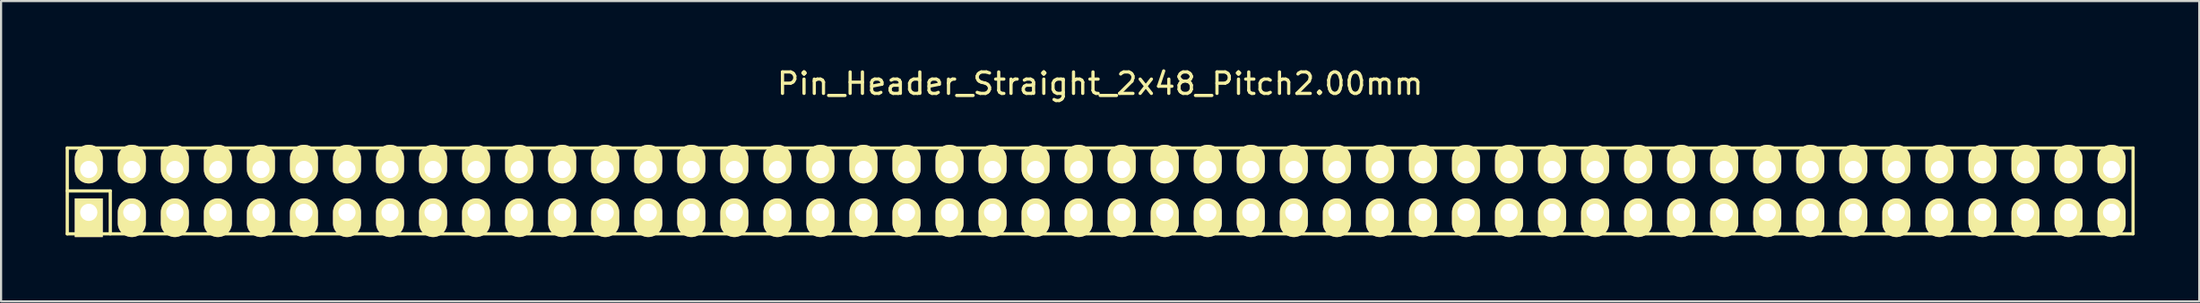
<source format=kicad_pcb>
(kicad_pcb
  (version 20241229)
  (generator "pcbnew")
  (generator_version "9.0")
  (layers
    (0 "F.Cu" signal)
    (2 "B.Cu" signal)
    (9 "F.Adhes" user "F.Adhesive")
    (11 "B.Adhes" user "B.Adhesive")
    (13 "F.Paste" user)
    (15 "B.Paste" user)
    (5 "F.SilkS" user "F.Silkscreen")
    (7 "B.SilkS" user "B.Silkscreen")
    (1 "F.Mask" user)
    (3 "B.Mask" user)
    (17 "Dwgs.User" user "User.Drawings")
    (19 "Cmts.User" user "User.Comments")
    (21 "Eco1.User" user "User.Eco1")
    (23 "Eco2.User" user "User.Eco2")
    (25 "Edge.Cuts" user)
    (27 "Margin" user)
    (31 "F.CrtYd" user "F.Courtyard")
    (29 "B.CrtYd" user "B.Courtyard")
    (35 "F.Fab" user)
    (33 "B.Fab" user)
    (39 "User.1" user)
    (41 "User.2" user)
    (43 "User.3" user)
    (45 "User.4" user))
  (footprint "Pin_Header_Straight_2x48_Pitch2.00mm"
    (layer "F.Cu")
    (at 48.075 5.848)
    (property "Reference" "Pin_Header_Straight_2x48_Pitch2.00mm" (at 0 -5 0) (layer "F.SilkS") (effects (font (size 1 1) (thickness 0.15))))
    (attr through_hole)
    (fp_line (start -48 -2) (end 48 -2) (stroke (width 0.15) (type solid)) (layer "F.SilkS"))
    (fp_line (start -48 0) (end -46 0) (stroke (width 0.15) (type solid)) (layer "F.SilkS"))
    (fp_line (start -48 2) (end -48 -2) (stroke (width 0.15) (type solid)) (layer "F.SilkS"))
    (fp_line (start -46 0) (end -46 2) (stroke (width 0.15) (type solid)) (layer "F.SilkS"))
    (fp_line (start 48 -2) (end 48 2) (stroke (width 0.15) (type solid)) (layer "F.SilkS"))
    (fp_line (start 48 2) (end -48 2) (stroke (width 0.15) (type solid)) (layer "F.SilkS"))
    (pad "1" thru_hole rect (at -47 1) (size 1.3 1.8) (drill 0.8 (offset 0 0.25)) (layers "*.Cu" "*.Mask" "F.SilkS"))
    (pad "2" thru_hole oval (at -47 -1) (size 1.3 1.8) (drill 0.8 (offset 0 -0.25)) (layers "*.Cu" "*.Mask" "F.SilkS"))
    (pad "3" thru_hole oval (at -45 1) (size 1.3 1.8) (drill 0.8 (offset 0 0.25)) (layers "*.Cu" "*.Mask" "F.SilkS"))
    (pad "4" thru_hole oval (at -45 -1) (size 1.3 1.8) (drill 0.8 (offset 0 -0.25)) (layers "*.Cu" "*.Mask" "F.SilkS"))
    (pad "5" thru_hole oval (at -43 1) (size 1.3 1.8) (drill 0.8 (offset 0 0.25)) (layers "*.Cu" "*.Mask" "F.SilkS"))
    (pad "6" thru_hole oval (at -43 -1) (size 1.3 1.8) (drill 0.8 (offset 0 -0.25)) (layers "*.Cu" "*.Mask" "F.SilkS"))
    (pad "7" thru_hole oval (at -41 1) (size 1.3 1.8) (drill 0.8 (offset 0 0.25)) (layers "*.Cu" "*.Mask" "F.SilkS"))
    (pad "8" thru_hole oval (at -41 -1) (size 1.3 1.8) (drill 0.8 (offset 0 -0.25)) (layers "*.Cu" "*.Mask" "F.SilkS"))
    (pad "9" thru_hole oval (at -39 1) (size 1.3 1.8) (drill 0.8 (offset 0 0.25)) (layers "*.Cu" "*.Mask" "F.SilkS"))
    (pad "10" thru_hole oval (at -39 -1) (size 1.3 1.8) (drill 0.8 (offset 0 -0.25)) (layers "*.Cu" "*.Mask" "F.SilkS"))
    (pad "11" thru_hole oval (at -37 1) (size 1.3 1.8) (drill 0.8 (offset 0 0.25)) (layers "*.Cu" "*.Mask" "F.SilkS"))
    (pad "12" thru_hole oval (at -37 -1) (size 1.3 1.8) (drill 0.8 (offset 0 -0.25)) (layers "*.Cu" "*.Mask" "F.SilkS"))
    (pad "13" thru_hole oval (at -35 1) (size 1.3 1.8) (drill 0.8 (offset 0 0.25)) (layers "*.Cu" "*.Mask" "F.SilkS"))
    (pad "14" thru_hole oval (at -35 -1) (size 1.3 1.8) (drill 0.8 (offset 0 -0.25)) (layers "*.Cu" "*.Mask" "F.SilkS"))
    (pad "15" thru_hole oval (at -33 1) (size 1.3 1.8) (drill 0.8 (offset 0 0.25)) (layers "*.Cu" "*.Mask" "F.SilkS"))
    (pad "16" thru_hole oval (at -33 -1) (size 1.3 1.8) (drill 0.8 (offset 0 -0.25)) (layers "*.Cu" "*.Mask" "F.SilkS"))
    (pad "17" thru_hole oval (at -31 1) (size 1.3 1.8) (drill 0.8 (offset 0 0.25)) (layers "*.Cu" "*.Mask" "F.SilkS"))
    (pad "18" thru_hole oval (at -31 -1) (size 1.3 1.8) (drill 0.8 (offset 0 -0.25)) (layers "*.Cu" "*.Mask" "F.SilkS"))
    (pad "19" thru_hole oval (at -29 1) (size 1.3 1.8) (drill 0.8 (offset 0 0.25)) (layers "*.Cu" "*.Mask" "F.SilkS"))
    (pad "20" thru_hole oval (at -29 -1) (size 1.3 1.8) (drill 0.8 (offset 0 -0.25)) (layers "*.Cu" "*.Mask" "F.SilkS"))
    (pad "21" thru_hole oval (at -27 1) (size 1.3 1.8) (drill 0.8 (offset 0 0.25)) (layers "*.Cu" "*.Mask" "F.SilkS"))
    (pad "22" thru_hole oval (at -27 -1) (size 1.3 1.8) (drill 0.8 (offset 0 -0.25)) (layers "*.Cu" "*.Mask" "F.SilkS"))
    (pad "23" thru_hole oval (at -25 1) (size 1.3 1.8) (drill 0.8 (offset 0 0.25)) (layers "*.Cu" "*.Mask" "F.SilkS"))
    (pad "24" thru_hole oval (at -25 -1) (size 1.3 1.8) (drill 0.8 (offset 0 -0.25)) (layers "*.Cu" "*.Mask" "F.SilkS"))
    (pad "25" thru_hole oval (at -23 1) (size 1.3 1.8) (drill 0.8 (offset 0 0.25)) (layers "*.Cu" "*.Mask" "F.SilkS"))
    (pad "26" thru_hole oval (at -23 -1) (size 1.3 1.8) (drill 0.8 (offset 0 -0.25)) (layers "*.Cu" "*.Mask" "F.SilkS"))
    (pad "27" thru_hole oval (at -21 1) (size 1.3 1.8) (drill 0.8 (offset 0 0.25)) (layers "*.Cu" "*.Mask" "F.SilkS"))
    (pad "28" thru_hole oval (at -21 -1) (size 1.3 1.8) (drill 0.8 (offset 0 -0.25)) (layers "*.Cu" "*.Mask" "F.SilkS"))
    (pad "29" thru_hole oval (at -19 1) (size 1.3 1.8) (drill 0.8 (offset 0 0.25)) (layers "*.Cu" "*.Mask" "F.SilkS"))
    (pad "30" thru_hole oval (at -19 -1) (size 1.3 1.8) (drill 0.8 (offset 0 -0.25)) (layers "*.Cu" "*.Mask" "F.SilkS"))
    (pad "31" thru_hole oval (at -17 1) (size 1.3 1.8) (drill 0.8 (offset 0 0.25)) (layers "*.Cu" "*.Mask" "F.SilkS"))
    (pad "32" thru_hole oval (at -17 -1) (size 1.3 1.8) (drill 0.8 (offset 0 -0.25)) (layers "*.Cu" "*.Mask" "F.SilkS"))
    (pad "33" thru_hole oval (at -15 1) (size 1.3 1.8) (drill 0.8 (offset 0 0.25)) (layers "*.Cu" "*.Mask" "F.SilkS"))
    (pad "34" thru_hole oval (at -15 -1) (size 1.3 1.8) (drill 0.8 (offset 0 -0.25)) (layers "*.Cu" "*.Mask" "F.SilkS"))
    (pad "35" thru_hole oval (at -13 1) (size 1.3 1.8) (drill 0.8 (offset 0 0.25)) (layers "*.Cu" "*.Mask" "F.SilkS"))
    (pad "36" thru_hole oval (at -13 -1) (size 1.3 1.8) (drill 0.8 (offset 0 -0.25)) (layers "*.Cu" "*.Mask" "F.SilkS"))
    (pad "37" thru_hole oval (at -11 1) (size 1.3 1.8) (drill 0.8 (offset 0 0.25)) (layers "*.Cu" "*.Mask" "F.SilkS"))
    (pad "38" thru_hole oval (at -11 -1) (size 1.3 1.8) (drill 0.8 (offset 0 -0.25)) (layers "*.Cu" "*.Mask" "F.SilkS"))
    (pad "39" thru_hole oval (at -9 1) (size 1.3 1.8) (drill 0.8 (offset 0 0.25)) (layers "*.Cu" "*.Mask" "F.SilkS"))
    (pad "40" thru_hole oval (at -9 -1) (size 1.3 1.8) (drill 0.8 (offset 0 -0.25)) (layers "*.Cu" "*.Mask" "F.SilkS"))
    (pad "41" thru_hole oval (at -7 1) (size 1.3 1.8) (drill 0.8 (offset 0 0.25)) (layers "*.Cu" "*.Mask" "F.SilkS"))
    (pad "42" thru_hole oval (at -7 -1) (size 1.3 1.8) (drill 0.8 (offset 0 -0.25)) (layers "*.Cu" "*.Mask" "F.SilkS"))
    (pad "43" thru_hole oval (at -5 1) (size 1.3 1.8) (drill 0.8 (offset 0 0.25)) (layers "*.Cu" "*.Mask" "F.SilkS"))
    (pad "44" thru_hole oval (at -5 -1) (size 1.3 1.8) (drill 0.8 (offset 0 -0.25)) (layers "*.Cu" "*.Mask" "F.SilkS"))
    (pad "45" thru_hole oval (at -3 1) (size 1.3 1.8) (drill 0.8 (offset 0 0.25)) (layers "*.Cu" "*.Mask" "F.SilkS"))
    (pad "46" thru_hole oval (at -3 -1) (size 1.3 1.8) (drill 0.8 (offset 0 -0.25)) (layers "*.Cu" "*.Mask" "F.SilkS"))
    (pad "47" thru_hole oval (at -1 1) (size 1.3 1.8) (drill 0.8 (offset 0 0.25)) (layers "*.Cu" "*.Mask" "F.SilkS"))
    (pad "48" thru_hole oval (at -1 -1) (size 1.3 1.8) (drill 0.8 (offset 0 -0.25)) (layers "*.Cu" "*.Mask" "F.SilkS"))
    (pad "49" thru_hole oval (at 1 1) (size 1.3 1.8) (drill 0.8 (offset 0 0.25)) (layers "*.Cu" "*.Mask" "F.SilkS"))
    (pad "50" thru_hole oval (at 1 -1) (size 1.3 1.8) (drill 0.8 (offset 0 -0.25)) (layers "*.Cu" "*.Mask" "F.SilkS"))
    (pad "51" thru_hole oval (at 3 1) (size 1.3 1.8) (drill 0.8 (offset 0 0.25)) (layers "*.Cu" "*.Mask" "F.SilkS"))
    (pad "52" thru_hole oval (at 3 -1) (size 1.3 1.8) (drill 0.8 (offset 0 -0.25)) (layers "*.Cu" "*.Mask" "F.SilkS"))
    (pad "53" thru_hole oval (at 5 1) (size 1.3 1.8) (drill 0.8 (offset 0 0.25)) (layers "*.Cu" "*.Mask" "F.SilkS"))
    (pad "54" thru_hole oval (at 5 -1) (size 1.3 1.8) (drill 0.8 (offset 0 -0.25)) (layers "*.Cu" "*.Mask" "F.SilkS"))
    (pad "55" thru_hole oval (at 7 1) (size 1.3 1.8) (drill 0.8 (offset 0 0.25)) (layers "*.Cu" "*.Mask" "F.SilkS"))
    (pad "56" thru_hole oval (at 7 -1) (size 1.3 1.8) (drill 0.8 (offset 0 -0.25)) (layers "*.Cu" "*.Mask" "F.SilkS"))
    (pad "57" thru_hole oval (at 9 1) (size 1.3 1.8) (drill 0.8 (offset 0 0.25)) (layers "*.Cu" "*.Mask" "F.SilkS"))
    (pad "58" thru_hole oval (at 9 -1) (size 1.3 1.8) (drill 0.8 (offset 0 -0.25)) (layers "*.Cu" "*.Mask" "F.SilkS"))
    (pad "59" thru_hole oval (at 11 1) (size 1.3 1.8) (drill 0.8 (offset 0 0.25)) (layers "*.Cu" "*.Mask" "F.SilkS"))
    (pad "60" thru_hole oval (at 11 -1) (size 1.3 1.8) (drill 0.8 (offset 0 -0.25)) (layers "*.Cu" "*.Mask" "F.SilkS"))
    (pad "61" thru_hole oval (at 13 1) (size 1.3 1.8) (drill 0.8 (offset 0 0.25)) (layers "*.Cu" "*.Mask" "F.SilkS"))
    (pad "62" thru_hole oval (at 13 -1) (size 1.3 1.8) (drill 0.8 (offset 0 -0.25)) (layers "*.Cu" "*.Mask" "F.SilkS"))
    (pad "63" thru_hole oval (at 15 1) (size 1.3 1.8) (drill 0.8 (offset 0 0.25)) (layers "*.Cu" "*.Mask" "F.SilkS"))
    (pad "64" thru_hole oval (at 15 -1) (size 1.3 1.8) (drill 0.8 (offset 0 -0.25)) (layers "*.Cu" "*.Mask" "F.SilkS"))
    (pad "65" thru_hole oval (at 17 1) (size 1.3 1.8) (drill 0.8 (offset 0 0.25)) (layers "*.Cu" "*.Mask" "F.SilkS"))
    (pad "66" thru_hole oval (at 17 -1) (size 1.3 1.8) (drill 0.8 (offset 0 -0.25)) (layers "*.Cu" "*.Mask" "F.SilkS"))
    (pad "67" thru_hole oval (at 19 1) (size 1.3 1.8) (drill 0.8 (offset 0 0.25)) (layers "*.Cu" "*.Mask" "F.SilkS"))
    (pad "68" thru_hole oval (at 19 -1) (size 1.3 1.8) (drill 0.8 (offset 0 -0.25)) (layers "*.Cu" "*.Mask" "F.SilkS"))
    (pad "69" thru_hole oval (at 21 1) (size 1.3 1.8) (drill 0.8 (offset 0 0.25)) (layers "*.Cu" "*.Mask" "F.SilkS"))
    (pad "70" thru_hole oval (at 21 -1) (size 1.3 1.8) (drill 0.8 (offset 0 -0.25)) (layers "*.Cu" "*.Mask" "F.SilkS"))
    (pad "71" thru_hole oval (at 23 1) (size 1.3 1.8) (drill 0.8 (offset 0 0.25)) (layers "*.Cu" "*.Mask" "F.SilkS"))
    (pad "72" thru_hole oval (at 23 -1) (size 1.3 1.8) (drill 0.8 (offset 0 -0.25)) (layers "*.Cu" "*.Mask" "F.SilkS"))
    (pad "73" thru_hole oval (at 25 1) (size 1.3 1.8) (drill 0.8 (offset 0 0.25)) (layers "*.Cu" "*.Mask" "F.SilkS"))
    (pad "74" thru_hole oval (at 25 -1) (size 1.3 1.8) (drill 0.8 (offset 0 -0.25)) (layers "*.Cu" "*.Mask" "F.SilkS"))
    (pad "75" thru_hole oval (at 27 1) (size 1.3 1.8) (drill 0.8 (offset 0 0.25)) (layers "*.Cu" "*.Mask" "F.SilkS"))
    (pad "76" thru_hole oval (at 27 -1) (size 1.3 1.8) (drill 0.8 (offset 0 -0.25)) (layers "*.Cu" "*.Mask" "F.SilkS"))
    (pad "77" thru_hole oval (at 29 1) (size 1.3 1.8) (drill 0.8 (offset 0 0.25)) (layers "*.Cu" "*.Mask" "F.SilkS"))
    (pad "78" thru_hole oval (at 29 -1) (size 1.3 1.8) (drill 0.8 (offset 0 -0.25)) (layers "*.Cu" "*.Mask" "F.SilkS"))
    (pad "79" thru_hole oval (at 31 1) (size 1.3 1.8) (drill 0.8 (offset 0 0.25)) (layers "*.Cu" "*.Mask" "F.SilkS"))
    (pad "80" thru_hole oval (at 31 -1) (size 1.3 1.8) (drill 0.8 (offset 0 -0.25)) (layers "*.Cu" "*.Mask" "F.SilkS"))
    (pad "81" thru_hole oval (at 33 1) (size 1.3 1.8) (drill 0.8 (offset 0 0.25)) (layers "*.Cu" "*.Mask" "F.SilkS"))
    (pad "82" thru_hole oval (at 33 -1) (size 1.3 1.8) (drill 0.8 (offset 0 -0.25)) (layers "*.Cu" "*.Mask" "F.SilkS"))
    (pad "83" thru_hole oval (at 35 1) (size 1.3 1.8) (drill 0.8 (offset 0 0.25)) (layers "*.Cu" "*.Mask" "F.SilkS"))
    (pad "84" thru_hole oval (at 35 -1) (size 1.3 1.8) (drill 0.8 (offset 0 -0.25)) (layers "*.Cu" "*.Mask" "F.SilkS"))
    (pad "85" thru_hole oval (at 37 1) (size 1.3 1.8) (drill 0.8 (offset 0 0.25)) (layers "*.Cu" "*.Mask" "F.SilkS"))
    (pad "86" thru_hole oval (at 37 -1) (size 1.3 1.8) (drill 0.8 (offset 0 -0.25)) (layers "*.Cu" "*.Mask" "F.SilkS"))
    (pad "87" thru_hole oval (at 39 1) (size 1.3 1.8) (drill 0.8 (offset 0 0.25)) (layers "*.Cu" "*.Mask" "F.SilkS"))
    (pad "88" thru_hole oval (at 39 -1) (size 1.3 1.8) (drill 0.8 (offset 0 -0.25)) (layers "*.Cu" "*.Mask" "F.SilkS"))
    (pad "89" thru_hole oval (at 41 1) (size 1.3 1.8) (drill 0.8 (offset 0 0.25)) (layers "*.Cu" "*.Mask" "F.SilkS"))
    (pad "90" thru_hole oval (at 41 -1) (size 1.3 1.8) (drill 0.8 (offset 0 -0.25)) (layers "*.Cu" "*.Mask" "F.SilkS"))
    (pad "91" thru_hole oval (at 43 1) (size 1.3 1.8) (drill 0.8 (offset 0 0.25)) (layers "*.Cu" "*.Mask" "F.SilkS"))
    (pad "92" thru_hole oval (at 43 -1) (size 1.3 1.8) (drill 0.8 (offset 0 -0.25)) (layers "*.Cu" "*.Mask" "F.SilkS"))
    (pad "93" thru_hole oval (at 45 1) (size 1.3 1.8) (drill 0.8 (offset 0 0.25)) (layers "*.Cu" "*.Mask" "F.SilkS"))
    (pad "94" thru_hole oval (at 45 -1) (size 1.3 1.8) (drill 0.8 (offset 0 -0.25)) (layers "*.Cu" "*.Mask" "F.SilkS"))
    (pad "95" thru_hole oval (at 47 1) (size 1.3 1.8) (drill 0.8 (offset 0 0.25)) (layers "*.Cu" "*.Mask" "F.SilkS"))
    (pad "96" thru_hole oval (at 47 -1) (size 1.3 1.8) (drill 0.8 (offset 0 -0.25)) (layers "*.Cu" "*.Mask" "F.SilkS")))
  (gr_rect
    (start -3 -3)
    (end 99.15 10.998)
    (stroke (width 0.1) (type default))
    (fill no)
    (layer "Edge.Cuts")))
</source>
